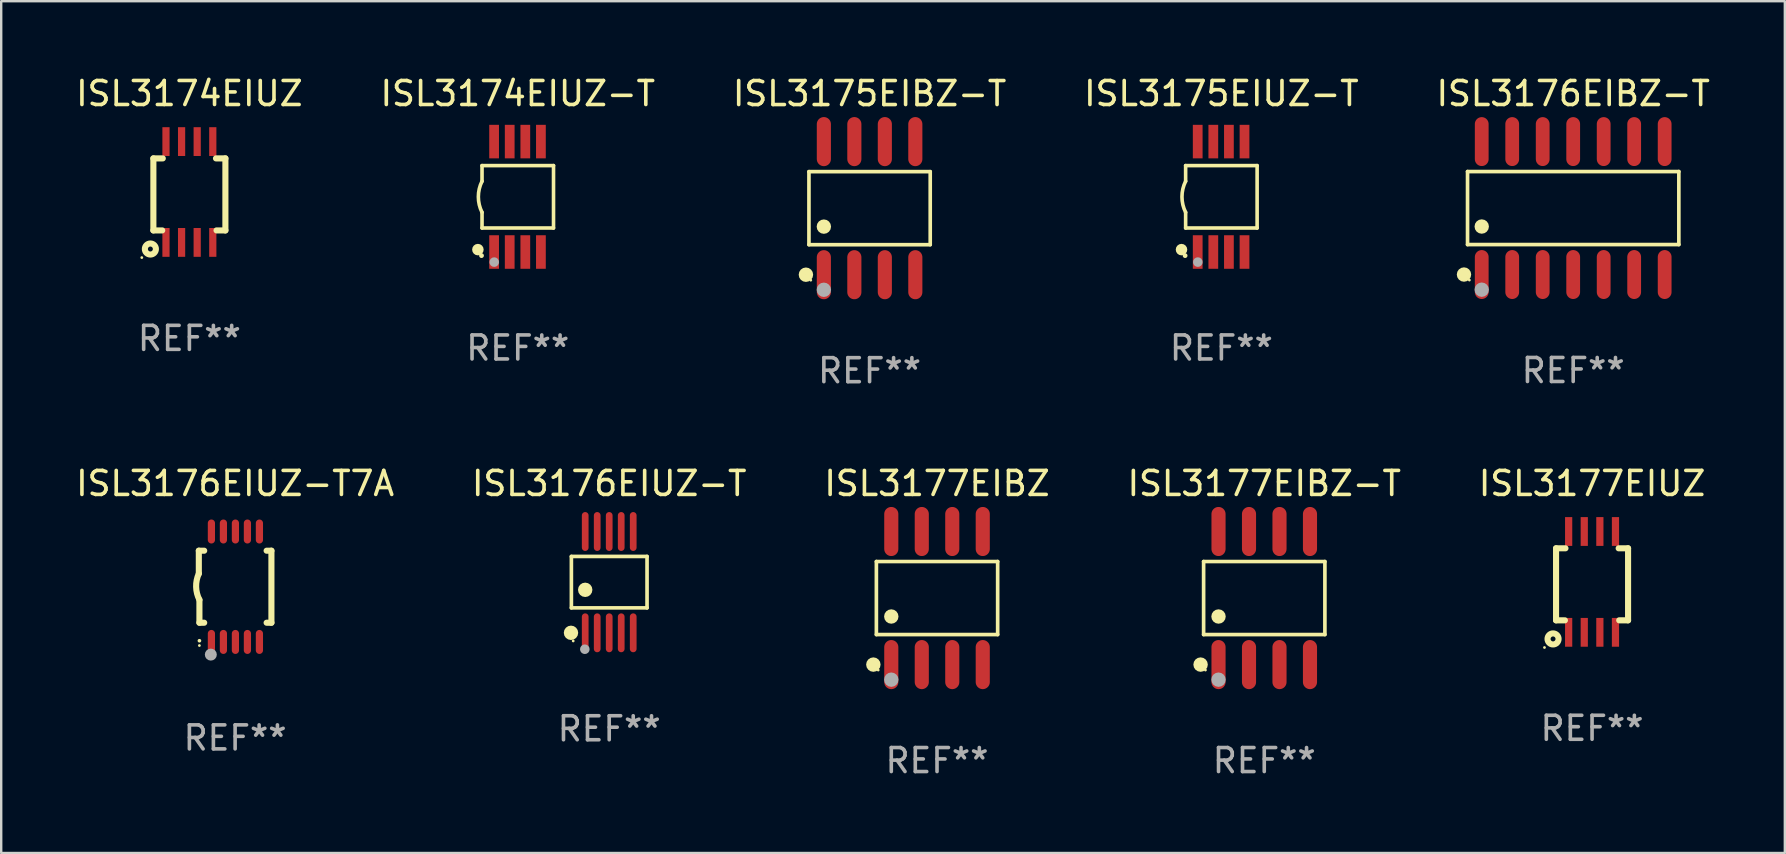
<source format=kicad_pcb>
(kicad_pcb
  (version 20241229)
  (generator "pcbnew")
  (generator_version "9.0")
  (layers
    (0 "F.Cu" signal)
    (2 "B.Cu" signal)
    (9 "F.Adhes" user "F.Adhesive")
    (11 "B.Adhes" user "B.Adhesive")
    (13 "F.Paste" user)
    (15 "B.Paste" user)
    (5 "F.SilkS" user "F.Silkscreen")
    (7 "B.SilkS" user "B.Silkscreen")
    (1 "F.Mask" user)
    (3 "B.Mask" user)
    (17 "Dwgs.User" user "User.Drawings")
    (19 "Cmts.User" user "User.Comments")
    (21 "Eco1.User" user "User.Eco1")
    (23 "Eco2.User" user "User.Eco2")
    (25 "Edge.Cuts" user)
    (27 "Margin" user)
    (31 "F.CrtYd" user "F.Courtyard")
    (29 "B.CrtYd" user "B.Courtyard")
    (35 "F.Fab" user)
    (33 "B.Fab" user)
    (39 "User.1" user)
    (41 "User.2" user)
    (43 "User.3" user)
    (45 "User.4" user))
  (footprint "ISL3176EIUZ-T"
    (layer "F.Cu")
    (at 22.327 21.2)
    (property "Reference" "ISL3176EIUZ-T" (at 0 -4.11 0) (layer "F.SilkS") (effects (font (size 1 1) (thickness 0.15))))
    (attr through_hole)
    (fp_line (start -1.576 -1.071) (end 1.576 -1.071) (stroke (width 0.152) (type solid)) (layer "F.SilkS"))
    (fp_line (start -1.576 1.071) (end -1.576 -1.071) (stroke (width 0.152) (type solid)) (layer "F.SilkS"))
    (fp_line (start 1.576 -1.071) (end 1.576 1.071) (stroke (width 0.152) (type solid)) (layer "F.SilkS"))
    (fp_line (start 1.576 1.071) (end -1.576 1.071) (stroke (width 0.152) (type solid)) (layer "F.SilkS"))
    (fp_circle (center -1.592 2.11) (end -1.442 2.11) (stroke (width 0.3) (type solid)) (fill no) (layer "F.SilkS"))
    (fp_circle (center -1.5 2.45) (end -1.47 2.45) (stroke (width 0.06) (type solid)) (fill no) (layer "F.SilkS"))
    (fp_circle (center -1 0.319) (end -0.85 0.319) (stroke (width 0.3) (type solid)) (fill no) (layer "F.SilkS"))
    (fp_circle (center -1.016 2.794) (end -0.916 2.794) (stroke (width 0.2) (type solid)) (fill no) (layer "F.Fab"))
    (fp_text user "REF**" (at 0 6.11 0) (layer "F.Fab") (effects (font (size 1 1) (thickness 0.15))))
    (pad "1" smd oval (at -1 2.11) (size 0.28 1.62) (layers "F.Cu" "F.Mask" "F.Paste"))
    (pad "2" smd oval (at -0.5 2.11) (size 0.28 1.62) (layers "F.Cu" "F.Mask" "F.Paste"))
    (pad "3" smd oval (at 0 2.11) (size 0.28 1.62) (layers "F.Cu" "F.Mask" "F.Paste"))
    (pad "4" smd oval (at 0.5 2.11) (size 0.28 1.62) (layers "F.Cu" "F.Mask" "F.Paste"))
    (pad "5" smd oval (at 1 2.11) (size 0.28 1.62) (layers "F.Cu" "F.Mask" "F.Paste"))
    (pad "6" smd oval (at 1 -2.11) (size 0.28 1.62) (layers "F.Cu" "F.Mask" "F.Paste"))
    (pad "7" smd oval (at 0.5 -2.11) (size 0.28 1.62) (layers "F.Cu" "F.Mask" "F.Paste"))
    (pad "8" smd oval (at 0 -2.11) (size 0.28 1.62) (layers "F.Cu" "F.Mask" "F.Paste"))
    (pad "9" smd oval (at -0.5 -2.11) (size 0.28 1.62) (layers "F.Cu" "F.Mask" "F.Paste"))
    (pad "10" smd oval (at -1 -2.11) (size 0.28 1.62) (layers "F.Cu" "F.Mask" "F.Paste")))
  (footprint "ISL3175EIBZ-T"
    (layer "F.Cu")
    (at 33.173 5.621)
    (property "Reference" "ISL3175EIBZ-T" (at 0 -4.772 0) (layer "F.SilkS") (effects (font (size 1 1) (thickness 0.15))))
    (attr through_hole)
    (fp_line (start -2.526 -1.521) (end 2.526 -1.521) (stroke (width 0.152) (type solid)) (layer "F.SilkS"))
    (fp_line (start -2.526 1.521) (end -2.526 -1.521) (stroke (width 0.152) (type solid)) (layer "F.SilkS"))
    (fp_line (start 2.526 -1.521) (end 2.526 1.521) (stroke (width 0.152) (type solid)) (layer "F.SilkS"))
    (fp_line (start 2.526 1.521) (end -2.526 1.521) (stroke (width 0.152) (type solid)) (layer "F.SilkS"))
    (fp_circle (center -2.652 2.772) (end -2.501 2.772) (stroke (width 0.3) (type solid)) (fill no) (layer "F.SilkS"))
    (fp_circle (center -2.45 3) (end -2.42 3) (stroke (width 0.06) (type solid)) (fill no) (layer "F.SilkS"))
    (fp_circle (center -1.905 0.769) (end -1.755 0.769) (stroke (width 0.3) (type solid)) (fill no) (layer "F.SilkS"))
    (fp_circle (center -1.905 3.4) (end -1.755 3.4) (stroke (width 0.3) (type solid)) (fill no) (layer "F.Fab"))
    (fp_text user "REF**" (at 0 6.772 0) (layer "F.Fab") (effects (font (size 1 1) (thickness 0.15))))
    (pad "1" smd oval (at -1.905 2.772) (size 0.588 2.045) (layers "F.Cu" "F.Mask" "F.Paste"))
    (pad "2" smd oval (at -0.635 2.772) (size 0.588 2.045) (layers "F.Cu" "F.Mask" "F.Paste"))
    (pad "3" smd oval (at 0.635 2.772) (size 0.588 2.045) (layers "F.Cu" "F.Mask" "F.Paste"))
    (pad "4" smd oval (at 1.905 2.772) (size 0.588 2.045) (layers "F.Cu" "F.Mask" "F.Paste"))
    (pad "5" smd oval (at 1.905 -2.772) (size 0.588 2.045) (layers "F.Cu" "F.Mask" "F.Paste"))
    (pad "6" smd oval (at 0.635 -2.772) (size 0.588 2.045) (layers "F.Cu" "F.Mask" "F.Paste"))
    (pad "7" smd oval (at -0.635 -2.772) (size 0.588 2.045) (layers "F.Cu" "F.Mask" "F.Paste"))
    (pad "8" smd oval (at -1.905 -2.772) (size 0.588 2.045) (layers "F.Cu" "F.Mask" "F.Paste")))
  (footprint "ISL3177EIUZ"
    (layer "F.Cu")
    (at 63.268 21.19)
    (property "Reference" "ISL3177EIUZ" (at 0 -4.1 0) (layer "F.SilkS") (effects (font (size 1 1) (thickness 0.15))))
    (attr through_hole)
    (fp_line (start -1.5 -1.4) (end -1.5 1.6) (stroke (width 0.254) (type solid)) (layer "F.SilkS"))
    (fp_line (start -1.5 -1.4) (end -1.108 -1.4) (stroke (width 0.254) (type solid)) (layer "F.SilkS"))
    (fp_line (start -1.5 1.6) (end -1.131 1.6) (stroke (width 0.254) (type solid)) (layer "F.SilkS"))
    (fp_line (start 1.108 -1.4) (end 1.5 -1.4) (stroke (width 0.254) (type solid)) (layer "F.SilkS"))
    (fp_line (start 1.131 1.6) (end 1.5 1.6) (stroke (width 0.254) (type solid)) (layer "F.SilkS"))
    (fp_line (start 1.5 -1.4) (end 1.5 1.6) (stroke (width 0.254) (type solid)) (layer "F.SilkS"))
    (fp_circle (center -1.982 2.732) (end -1.952 2.732) (stroke (width 0.06) (type solid)) (fill no) (layer "F.SilkS"))
    (fp_circle (center -1.625 2.375) (end -1.395 2.375) (stroke (width 0.254) (type solid)) (fill no) (layer "F.SilkS"))
    (fp_text user "REF**" (at 0 6.1 0) (layer "F.Fab") (effects (font (size 1 1) (thickness 0.15))))
    (pad "1" smd rect (at -0.975 2.1 180) (size 0.3 1.2) (layers "F.Cu" "F.Mask" "F.Paste"))
    (pad "2" smd rect (at -0.325 2.1 180) (size 0.3 1.2) (layers "F.Cu" "F.Mask" "F.Paste"))
    (pad "3" smd rect (at 0.325 2.1 180) (size 0.3 1.2) (layers "F.Cu" "F.Mask" "F.Paste"))
    (pad "4" smd rect (at 0.975 2.1 180) (size 0.3 1.2) (layers "F.Cu" "F.Mask" "F.Paste"))
    (pad "5" smd rect (at 0.975 -2.1 180) (size 0.3 1.2) (layers "F.Cu" "F.Mask" "F.Paste"))
    (pad "6" smd rect (at 0.325 -2.1 180) (size 0.3 1.2) (layers "F.Cu" "F.Mask" "F.Paste"))
    (pad "7" smd rect (at -0.325 -2.1 180) (size 0.3 1.2) (layers "F.Cu" "F.Mask" "F.Paste"))
    (pad "8" smd rect (at -0.975 -2.1 180) (size 0.3 1.2) (layers "F.Cu" "F.Mask" "F.Paste")))
  (footprint "ISL3174EIUZ-T"
    (layer "F.Cu")
    (at 18.518 5.148)
    (property "Reference" "ISL3174EIUZ-T" (at 0 -4.3 0) (layer "F.SilkS") (effects (font (size 1 1) (thickness 0.15))))
    (attr through_hole)
    (fp_line (start -1.489 -1.3) (end -1.489 -0.648) (stroke (width 0.15) (type solid)) (layer "F.SilkS"))
    (fp_line (start -1.489 0.648) (end -1.489 1.3) (stroke (width 0.15) (type solid)) (layer "F.SilkS"))
    (fp_line (start -1.489 1.3) (end 1.489 1.3) (stroke (width 0.15) (type solid)) (layer "F.SilkS"))
    (fp_line (start 1.489 -1.3) (end -1.489 -1.3) (stroke (width 0.15) (type solid)) (layer "F.SilkS"))
    (fp_line (start 1.489 1.3) (end 1.489 -1.3) (stroke (width 0.15) (type solid)) (layer "F.SilkS"))
    (fp_arc (start -1.489205 0.647702) (mid -1.642107 0) (end -1.489205 -0.647701) (stroke (width 0.150013) (type solid)) (layer "F.SilkS"))
    (fp_circle (center -1.661 2.2) (end -1.541 2.2) (stroke (width 0.24) (type solid)) (fill no) (layer "F.SilkS"))
    (fp_circle (center -1.511 2.45) (end -1.461 2.45) (stroke (width 0.1) (type solid)) (fill no) (layer "F.SilkS"))
    (fp_circle (center -0.981 2.72) (end -0.881 2.72) (stroke (width 0.2) (type solid)) (fill no) (layer "F.Fab"))
    (fp_text user "REF**" (at 0 6.3 0) (layer "F.Fab") (effects (font (size 1 1) (thickness 0.15))))
    (pad "1" smd rect (at -0.986 2.3) (size 0.406 1.397) (layers "F.Cu" "F.Mask" "F.Paste"))
    (pad "2" smd rect (at -0.336 2.3) (size 0.406 1.397) (layers "F.Cu" "F.Mask" "F.Paste"))
    (pad "3" smd rect (at 0.314 2.3) (size 0.406 1.397) (layers "F.Cu" "F.Mask" "F.Paste"))
    (pad "4" smd rect (at 0.964 2.3) (size 0.406 1.397) (layers "F.Cu" "F.Mask" "F.Paste"))
    (pad "5" smd rect (at 0.964 -2.3) (size 0.406 1.397) (layers "F.Cu" "F.Mask" "F.Paste"))
    (pad "6" smd rect (at 0.314 -2.3) (size 0.406 1.397) (layers "F.Cu" "F.Mask" "F.Paste"))
    (pad "7" smd rect (at -0.336 -2.3) (size 0.406 1.397) (layers "F.Cu" "F.Mask" "F.Paste"))
    (pad "8" smd rect (at -0.986 -2.3) (size 0.406 1.397) (layers "F.Cu" "F.Mask" "F.Paste")))
  (footprint "ISL3175EIUZ-T"
    (layer "F.Cu")
    (at 47.827 5.148)
    (property "Reference" "ISL3175EIUZ-T" (at 0 -4.3 0) (layer "F.SilkS") (effects (font (size 1 1) (thickness 0.15))))
    (attr through_hole)
    (fp_line (start -1.489 -1.3) (end -1.489 -0.648) (stroke (width 0.15) (type solid)) (layer "F.SilkS"))
    (fp_line (start -1.489 0.648) (end -1.489 1.3) (stroke (width 0.15) (type solid)) (layer "F.SilkS"))
    (fp_line (start -1.489 1.3) (end 1.489 1.3) (stroke (width 0.15) (type solid)) (layer "F.SilkS"))
    (fp_line (start 1.489 -1.3) (end -1.489 -1.3) (stroke (width 0.15) (type solid)) (layer "F.SilkS"))
    (fp_line (start 1.489 1.3) (end 1.489 -1.3) (stroke (width 0.15) (type solid)) (layer "F.SilkS"))
    (fp_arc (start -1.489205 0.647702) (mid -1.642107 0) (end -1.489205 -0.647701) (stroke (width 0.150013) (type solid)) (layer "F.SilkS"))
    (fp_circle (center -1.661 2.2) (end -1.541 2.2) (stroke (width 0.24) (type solid)) (fill no) (layer "F.SilkS"))
    (fp_circle (center -1.511 2.45) (end -1.461 2.45) (stroke (width 0.1) (type solid)) (fill no) (layer "F.SilkS"))
    (fp_circle (center -0.981 2.72) (end -0.881 2.72) (stroke (width 0.2) (type solid)) (fill no) (layer "F.Fab"))
    (fp_text user "REF**" (at 0 6.3 0) (layer "F.Fab") (effects (font (size 1 1) (thickness 0.15))))
    (pad "1" smd rect (at -0.986 2.3) (size 0.406 1.397) (layers "F.Cu" "F.Mask" "F.Paste"))
    (pad "2" smd rect (at -0.336 2.3) (size 0.406 1.397) (layers "F.Cu" "F.Mask" "F.Paste"))
    (pad "3" smd rect (at 0.314 2.3) (size 0.406 1.397) (layers "F.Cu" "F.Mask" "F.Paste"))
    (pad "4" smd rect (at 0.964 2.3) (size 0.406 1.397) (layers "F.Cu" "F.Mask" "F.Paste"))
    (pad "5" smd rect (at 0.964 -2.3) (size 0.406 1.397) (layers "F.Cu" "F.Mask" "F.Paste"))
    (pad "6" smd rect (at 0.314 -2.3) (size 0.406 1.397) (layers "F.Cu" "F.Mask" "F.Paste"))
    (pad "7" smd rect (at -0.336 -2.3) (size 0.406 1.397) (layers "F.Cu" "F.Mask" "F.Paste"))
    (pad "8" smd rect (at -0.986 -2.3) (size 0.406 1.397) (layers "F.Cu" "F.Mask" "F.Paste")))
  (footprint "ISL3177EIBZ-T"
    (layer "F.Cu")
    (at 49.613 21.862)
    (property "Reference" "ISL3177EIBZ-T" (at 0 -4.772 0) (layer "F.SilkS") (effects (font (size 1 1) (thickness 0.15))))
    (attr through_hole)
    (fp_line (start -2.526 -1.521) (end 2.526 -1.521) (stroke (width 0.152) (type solid)) (layer "F.SilkS"))
    (fp_line (start -2.526 1.521) (end -2.526 -1.521) (stroke (width 0.152) (type solid)) (layer "F.SilkS"))
    (fp_line (start 2.526 -1.521) (end 2.526 1.521) (stroke (width 0.152) (type solid)) (layer "F.SilkS"))
    (fp_line (start 2.526 1.521) (end -2.526 1.521) (stroke (width 0.152) (type solid)) (layer "F.SilkS"))
    (fp_circle (center -2.652 2.772) (end -2.501 2.772) (stroke (width 0.3) (type solid)) (fill no) (layer "F.SilkS"))
    (fp_circle (center -2.45 3) (end -2.42 3) (stroke (width 0.06) (type solid)) (fill no) (layer "F.SilkS"))
    (fp_circle (center -1.905 0.769) (end -1.755 0.769) (stroke (width 0.3) (type solid)) (fill no) (layer "F.SilkS"))
    (fp_circle (center -1.905 3.4) (end -1.755 3.4) (stroke (width 0.3) (type solid)) (fill no) (layer "F.Fab"))
    (fp_text user "REF**" (at 0 6.772 0) (layer "F.Fab") (effects (font (size 1 1) (thickness 0.15))))
    (pad "1" smd oval (at -1.905 2.772) (size 0.588 2.045) (layers "F.Cu" "F.Mask" "F.Paste"))
    (pad "2" smd oval (at -0.635 2.772) (size 0.588 2.045) (layers "F.Cu" "F.Mask" "F.Paste"))
    (pad "3" smd oval (at 0.635 2.772) (size 0.588 2.045) (layers "F.Cu" "F.Mask" "F.Paste"))
    (pad "4" smd oval (at 1.905 2.772) (size 0.588 2.045) (layers "F.Cu" "F.Mask" "F.Paste"))
    (pad "5" smd oval (at 1.905 -2.772) (size 0.588 2.045) (layers "F.Cu" "F.Mask" "F.Paste"))
    (pad "6" smd oval (at 0.635 -2.772) (size 0.588 2.045) (layers "F.Cu" "F.Mask" "F.Paste"))
    (pad "7" smd oval (at -0.635 -2.772) (size 0.588 2.045) (layers "F.Cu" "F.Mask" "F.Paste"))
    (pad "8" smd oval (at -1.905 -2.772) (size 0.588 2.045) (layers "F.Cu" "F.Mask" "F.Paste")))
  (footprint "ISL3176EIUZ-T7A"
    (layer "F.Cu")
    (at 6.744 21.39)
    (property "Reference" "ISL3176EIUZ-T7A" (at 0 -4.3 0) (layer "F.SilkS") (effects (font (size 1 1) (thickness 0.15))))
    (attr through_hole)
    (fp_line (start -1.512 -1.5) (end -1.512 -0.546) (stroke (width 0.254) (type solid)) (layer "F.SilkS"))
    (fp_line (start -1.487 0.546) (end -1.487 1.5) (stroke (width 0.254) (type solid)) (layer "F.SilkS"))
    (fp_line (start -1.288 -1.5) (end -1.512 -1.5) (stroke (width 0.254) (type solid)) (layer "F.SilkS"))
    (fp_line (start -1.288 1.5) (end -1.487 1.5) (stroke (width 0.254) (type solid)) (layer "F.SilkS"))
    (fp_line (start 1.512 -1.5) (end 1.312 -1.5) (stroke (width 0.254) (type solid)) (layer "F.SilkS"))
    (fp_line (start 1.512 -1.5) (end 1.512 1.5) (stroke (width 0.254) (type solid)) (layer "F.SilkS"))
    (fp_line (start 1.512 1.5) (end 1.312 1.5) (stroke (width 0.254) (type solid)) (layer "F.SilkS"))
    (fp_arc (start -1.487998 2.250013) (mid -1.486728 2.250007) (end -1.485458 2.250013) (stroke (width 0.150013) (type solid)) (layer "F.SilkS"))
    (fp_arc (start -1.486602 0.546102) (mid -1.624196 0.002905) (end -1.512002 -0.546101) (stroke (width 0.254001) (type solid)) (layer "F.SilkS"))
    (fp_circle (center -1.488 2.45) (end -1.458 2.45) (stroke (width 0.06) (type solid)) (fill no) (layer "F.SilkS"))
    (fp_circle (center -1.012 2.828) (end -0.887 2.828) (stroke (width 0.25) (type solid)) (fill no) (layer "F.Fab"))
    (fp_text user "REF**" (at 0 6.3 0) (layer "F.Fab") (effects (font (size 1 1) (thickness 0.15))))
    (pad "1" smd oval (at -0.988 2.3) (size 0.3 1) (layers "F.Cu" "F.Mask" "F.Paste"))
    (pad "2" smd oval (at -0.488 2.3) (size 0.3 1) (layers "F.Cu" "F.Mask" "F.Paste"))
    (pad "3" smd oval (at 0.012 2.3) (size 0.3 1) (layers "F.Cu" "F.Mask" "F.Paste"))
    (pad "4" smd oval (at 0.512 2.3) (size 0.3 1) (layers "F.Cu" "F.Mask" "F.Paste"))
    (pad "5" smd oval (at 1.012 2.3) (size 0.3 1) (layers "F.Cu" "F.Mask" "F.Paste"))
    (pad "6" smd oval (at 1.012 -2.3) (size 0.3 1) (layers "F.Cu" "F.Mask" "F.Paste"))
    (pad "7" smd oval (at 0.512 -2.3) (size 0.3 1) (layers "F.Cu" "F.Mask" "F.Paste"))
    (pad "8" smd oval (at 0.012 -2.3) (size 0.3 1) (layers "F.Cu" "F.Mask" "F.Paste"))
    (pad "9" smd oval (at -0.488 -2.3) (size 0.3 1) (layers "F.Cu" "F.Mask" "F.Paste"))
    (pad "10" smd oval (at -0.988 -2.3) (size 0.3 1) (layers "F.Cu" "F.Mask" "F.Paste")))
  (footprint "ISL3176EIBZ-T"
    (layer "F.Cu")
    (at 62.482 5.617)
    (property "Reference" "ISL3176EIBZ-T" (at 0 -4.769 0) (layer "F.SilkS") (effects (font (size 1 1) (thickness 0.15))))
    (attr through_hole)
    (fp_line (start -4.401 -1.521) (end 4.401 -1.521) (stroke (width 0.152) (type solid)) (layer "F.SilkS"))
    (fp_line (start -4.401 1.521) (end -4.401 -1.521) (stroke (width 0.152) (type solid)) (layer "F.SilkS"))
    (fp_line (start 4.401 -1.521) (end 4.401 1.521) (stroke (width 0.152) (type solid)) (layer "F.SilkS"))
    (fp_line (start 4.401 1.521) (end -4.401 1.521) (stroke (width 0.152) (type solid)) (layer "F.SilkS"))
    (fp_circle (center -4.549 2.769) (end -4.399 2.769) (stroke (width 0.3) (type solid)) (fill no) (layer "F.SilkS"))
    (fp_circle (center -4.325 3) (end -4.295 3) (stroke (width 0.06) (type solid)) (fill no) (layer "F.SilkS"))
    (fp_circle (center -3.81 0.769) (end -3.66 0.769) (stroke (width 0.3) (type solid)) (fill no) (layer "F.SilkS"))
    (fp_circle (center -3.81 3.4) (end -3.66 3.4) (stroke (width 0.3) (type solid)) (fill no) (layer "F.Fab"))
    (fp_text user "REF**" (at 0 6.769 0) (layer "F.Fab") (effects (font (size 1 1) (thickness 0.15))))
    (pad "1" smd oval (at -3.81 2.769) (size 0.574 2.038) (layers "F.Cu" "F.Mask" "F.Paste"))
    (pad "2" smd oval (at -2.54 2.769) (size 0.574 2.038) (layers "F.Cu" "F.Mask" "F.Paste"))
    (pad "3" smd oval (at -1.27 2.769) (size 0.574 2.038) (layers "F.Cu" "F.Mask" "F.Paste"))
    (pad "4" smd oval (at 0 2.769) (size 0.574 2.038) (layers "F.Cu" "F.Mask" "F.Paste"))
    (pad "5" smd oval (at 1.27 2.769) (size 0.574 2.038) (layers "F.Cu" "F.Mask" "F.Paste"))
    (pad "6" smd oval (at 2.54 2.769) (size 0.574 2.038) (layers "F.Cu" "F.Mask" "F.Paste"))
    (pad "7" smd oval (at 3.81 2.769) (size 0.574 2.038) (layers "F.Cu" "F.Mask" "F.Paste"))
    (pad "8" smd oval (at 3.81 -2.769) (size 0.574 2.038) (layers "F.Cu" "F.Mask" "F.Paste"))
    (pad "9" smd oval (at 2.54 -2.769) (size 0.574 2.038) (layers "F.Cu" "F.Mask" "F.Paste"))
    (pad "10" smd oval (at 1.27 -2.769) (size 0.574 2.038) (layers "F.Cu" "F.Mask" "F.Paste"))
    (pad "11" smd oval (at 0 -2.769) (size 0.574 2.038) (layers "F.Cu" "F.Mask" "F.Paste"))
    (pad "12" smd oval (at -1.27 -2.769) (size 0.574 2.038) (layers "F.Cu" "F.Mask" "F.Paste"))
    (pad "13" smd oval (at -2.54 -2.769) (size 0.574 2.038) (layers "F.Cu" "F.Mask" "F.Paste"))
    (pad "14" smd oval (at -3.81 -2.769) (size 0.574 2.038) (layers "F.Cu" "F.Mask" "F.Paste")))
  (footprint "ISL3177EIBZ"
    (layer "F.Cu")
    (at 35.982 21.862)
    (property "Reference" "ISL3177EIBZ" (at 0 -4.772 0) (layer "F.SilkS") (effects (font (size 1 1) (thickness 0.15))))
    (attr through_hole)
    (fp_line (start -2.526 -1.521) (end 2.526 -1.521) (stroke (width 0.152) (type solid)) (layer "F.SilkS"))
    (fp_line (start -2.526 1.521) (end -2.526 -1.521) (stroke (width 0.152) (type solid)) (layer "F.SilkS"))
    (fp_line (start 2.526 -1.521) (end 2.526 1.521) (stroke (width 0.152) (type solid)) (layer "F.SilkS"))
    (fp_line (start 2.526 1.521) (end -2.526 1.521) (stroke (width 0.152) (type solid)) (layer "F.SilkS"))
    (fp_circle (center -2.652 2.772) (end -2.501 2.772) (stroke (width 0.3) (type solid)) (fill no) (layer "F.SilkS"))
    (fp_circle (center -2.45 3) (end -2.42 3) (stroke (width 0.06) (type solid)) (fill no) (layer "F.SilkS"))
    (fp_circle (center -1.905 0.769) (end -1.755 0.769) (stroke (width 0.3) (type solid)) (fill no) (layer "F.SilkS"))
    (fp_circle (center -1.905 3.4) (end -1.755 3.4) (stroke (width 0.3) (type solid)) (fill no) (layer "F.Fab"))
    (fp_text user "REF**" (at 0 6.772 0) (layer "F.Fab") (effects (font (size 1 1) (thickness 0.15))))
    (pad "1" smd oval (at -1.905 2.772) (size 0.588 2.045) (layers "F.Cu" "F.Mask" "F.Paste"))
    (pad "2" smd oval (at -0.635 2.772) (size 0.588 2.045) (layers "F.Cu" "F.Mask" "F.Paste"))
    (pad "3" smd oval (at 0.635 2.772) (size 0.588 2.045) (layers "F.Cu" "F.Mask" "F.Paste"))
    (pad "4" smd oval (at 1.905 2.772) (size 0.588 2.045) (layers "F.Cu" "F.Mask" "F.Paste"))
    (pad "5" smd oval (at 1.905 -2.772) (size 0.588 2.045) (layers "F.Cu" "F.Mask" "F.Paste"))
    (pad "6" smd oval (at 0.635 -2.772) (size 0.588 2.045) (layers "F.Cu" "F.Mask" "F.Paste"))
    (pad "7" smd oval (at -0.635 -2.772) (size 0.588 2.045) (layers "F.Cu" "F.Mask" "F.Paste"))
    (pad "8" smd oval (at -1.905 -2.772) (size 0.588 2.045) (layers "F.Cu" "F.Mask" "F.Paste")))
  (footprint "ISL3174EIUZ"
    (layer "F.Cu")
    (at 4.839 4.948)
    (property "Reference" "ISL3174EIUZ" (at 0 -4.1 0) (layer "F.SilkS") (effects (font (size 1 1) (thickness 0.15))))
    (attr through_hole)
    (fp_line (start -1.5 -1.4) (end -1.5 1.6) (stroke (width 0.254) (type solid)) (layer "F.SilkS"))
    (fp_line (start -1.5 -1.4) (end -1.108 -1.4) (stroke (width 0.254) (type solid)) (layer "F.SilkS"))
    (fp_line (start -1.5 1.6) (end -1.131 1.6) (stroke (width 0.254) (type solid)) (layer "F.SilkS"))
    (fp_line (start 1.108 -1.4) (end 1.5 -1.4) (stroke (width 0.254) (type solid)) (layer "F.SilkS"))
    (fp_line (start 1.131 1.6) (end 1.5 1.6) (stroke (width 0.254) (type solid)) (layer "F.SilkS"))
    (fp_line (start 1.5 -1.4) (end 1.5 1.6) (stroke (width 0.254) (type solid)) (layer "F.SilkS"))
    (fp_circle (center -1.982 2.732) (end -1.952 2.732) (stroke (width 0.06) (type solid)) (fill no) (layer "F.SilkS"))
    (fp_circle (center -1.625 2.375) (end -1.395 2.375) (stroke (width 0.254) (type solid)) (fill no) (layer "F.SilkS"))
    (fp_text user "REF**" (at 0 6.1 0) (layer "F.Fab") (effects (font (size 1 1) (thickness 0.15))))
    (pad "1" smd rect (at -0.975 2.1 180) (size 0.3 1.2) (layers "F.Cu" "F.Mask" "F.Paste"))
    (pad "2" smd rect (at -0.325 2.1 180) (size 0.3 1.2) (layers "F.Cu" "F.Mask" "F.Paste"))
    (pad "3" smd rect (at 0.325 2.1 180) (size 0.3 1.2) (layers "F.Cu" "F.Mask" "F.Paste"))
    (pad "4" smd rect (at 0.975 2.1 180) (size 0.3 1.2) (layers "F.Cu" "F.Mask" "F.Paste"))
    (pad "5" smd rect (at 0.975 -2.1 180) (size 0.3 1.2) (layers "F.Cu" "F.Mask" "F.Paste"))
    (pad "6" smd rect (at 0.325 -2.1 180) (size 0.3 1.2) (layers "F.Cu" "F.Mask" "F.Paste"))
    (pad "7" smd rect (at -0.325 -2.1 180) (size 0.3 1.2) (layers "F.Cu" "F.Mask" "F.Paste"))
    (pad "8" smd rect (at -0.975 -2.1 180) (size 0.3 1.2) (layers "F.Cu" "F.Mask" "F.Paste")))
  (gr_rect
    (start -3 -3)
    (end 71.298 32.483)
    (stroke (width 0.1) (type default))
    (fill no)
    (layer "Edge.Cuts")))
</source>
